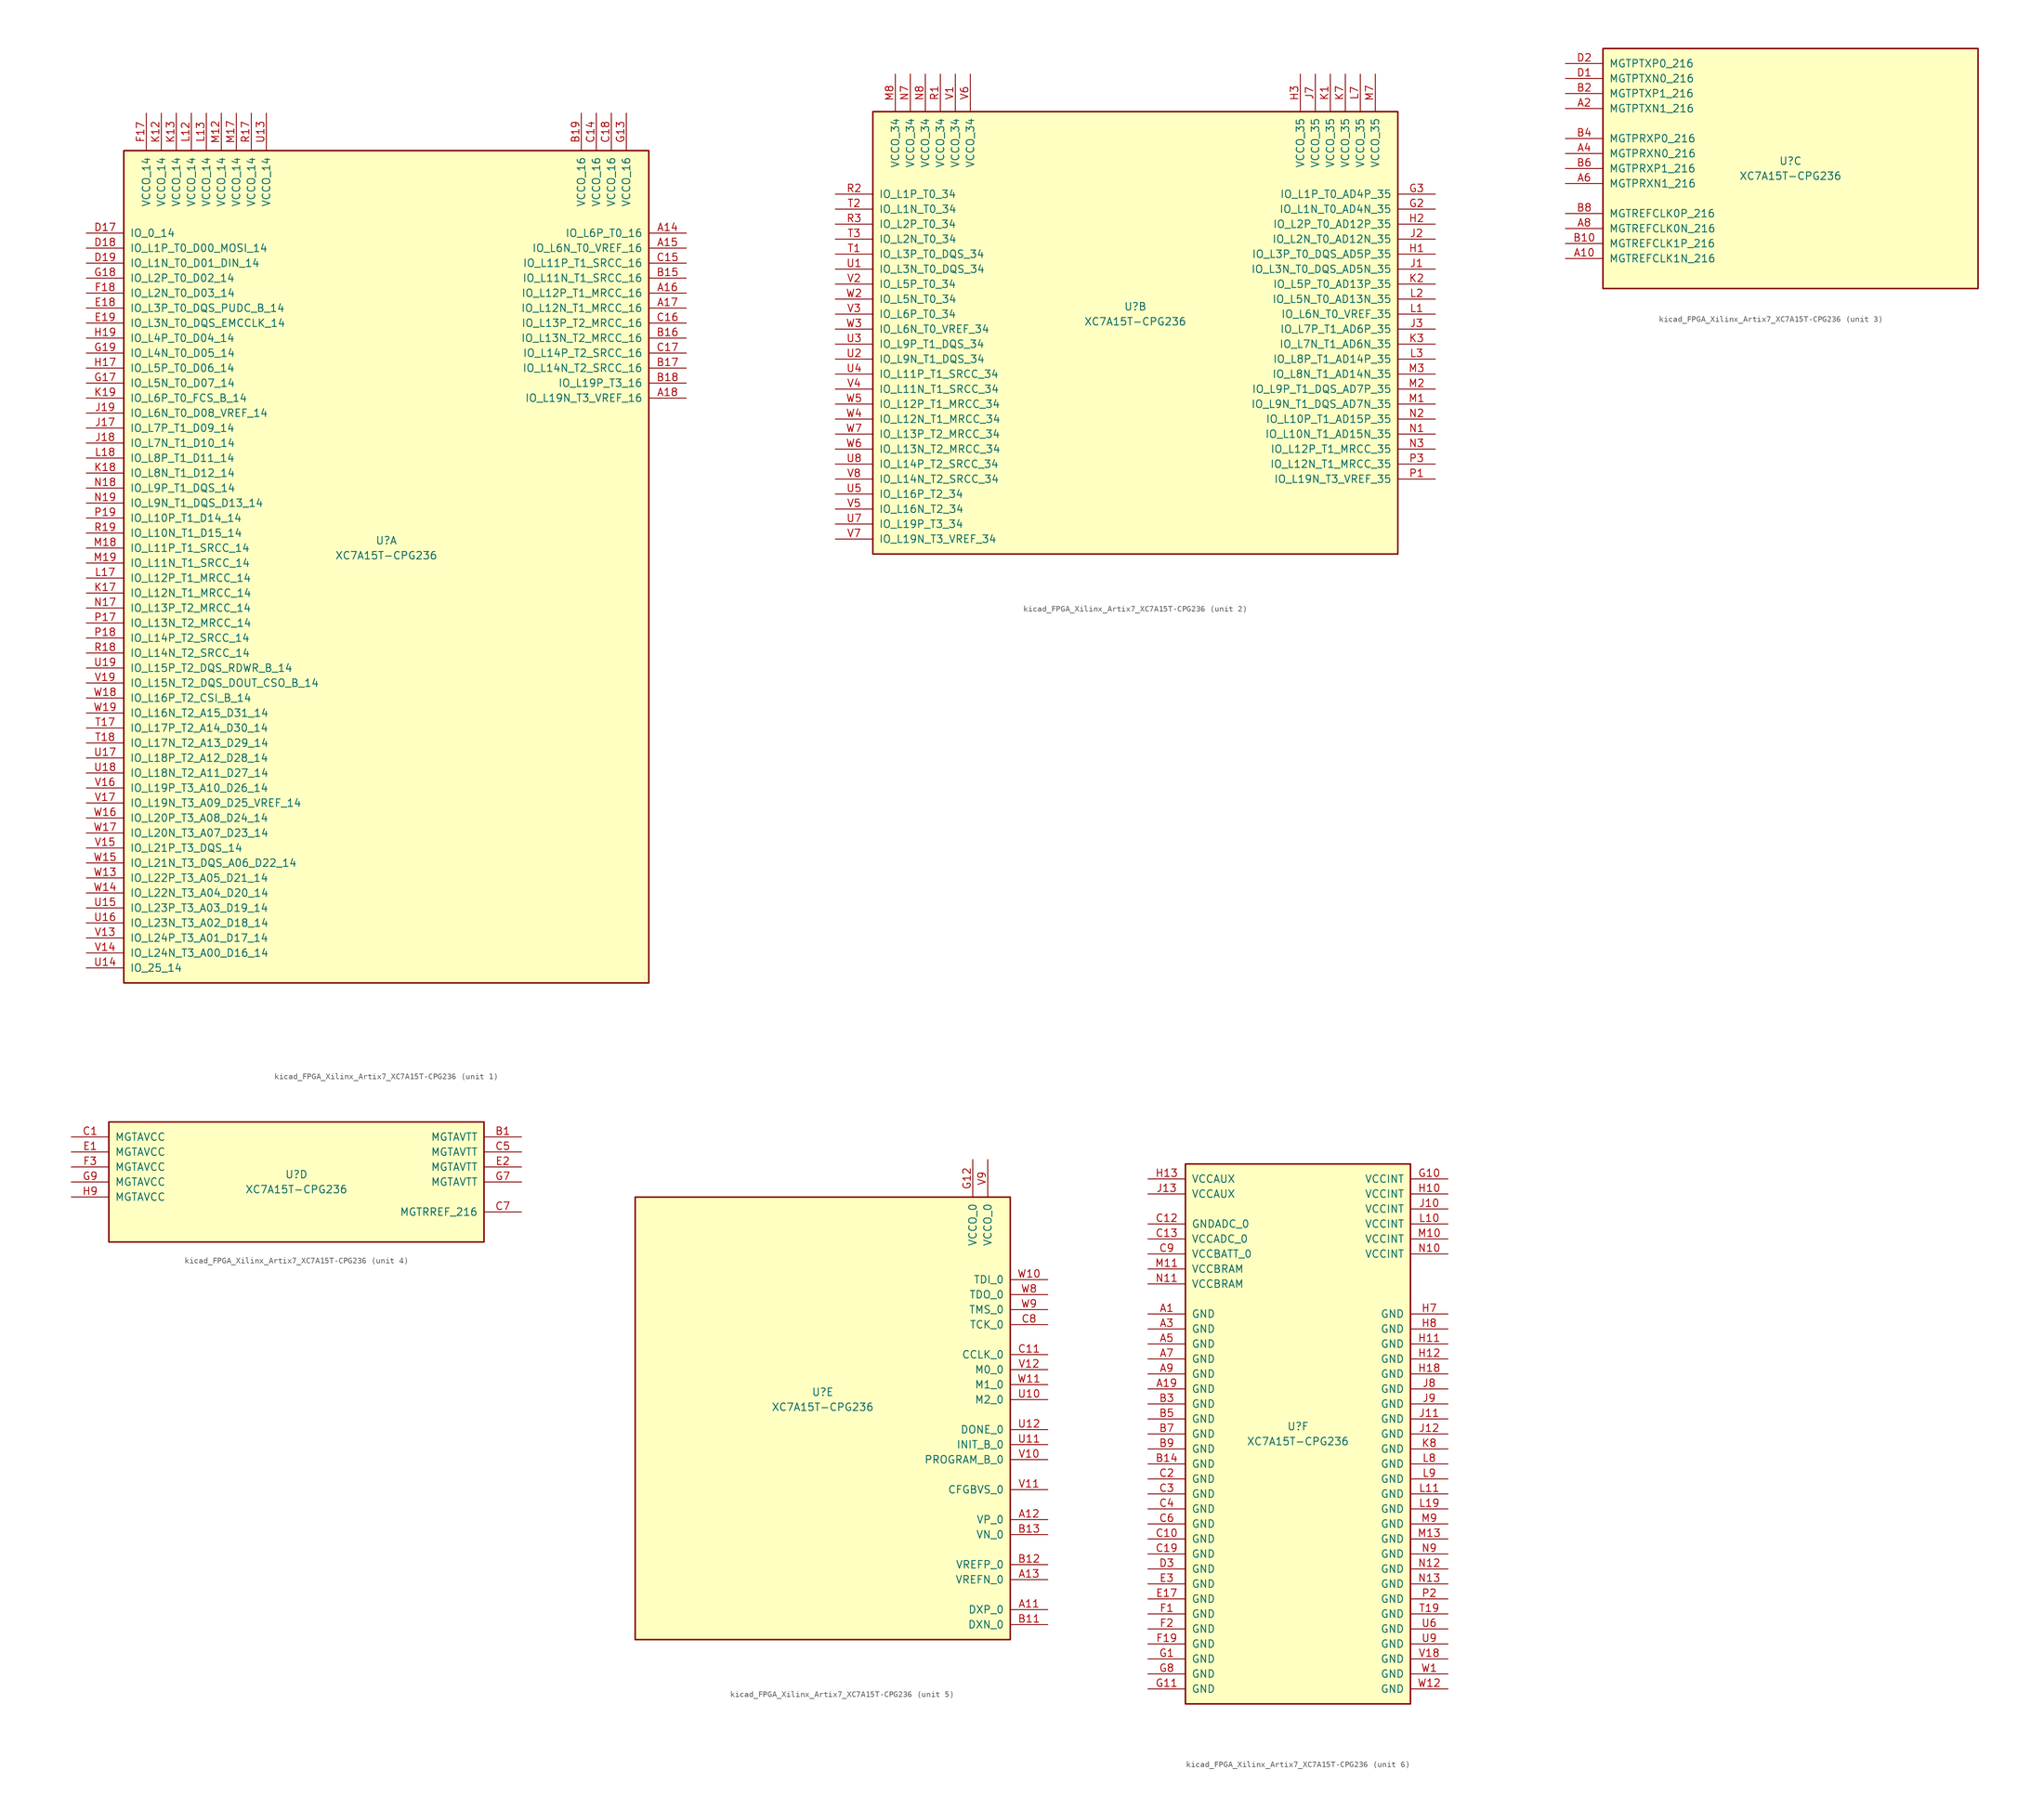
<source format=kicad_sym>
(kicad_symbol_lib
  (version 20220914)
  (generator kicad_symbol_editor)
  (symbol "kicad_FPGA_Xilinx_Artix7_XC7A15T-CPG236"
    (pin_names
      (offset 1.016))
    (property "Reference" "U"
      (at 0 1.27 0)
      (effects (font (size 1.27 1.27))))
    (property "Value" "XC7A15T-CPG236"
      (at 0 -1.27 0)
      (effects (font (size 1.27 1.27))))
    (property "Datasheet" ""
      (at 0 0 0)
      (effects (font (size 1.27 1.27))))
    (property "ki_locked" ""
      (at 0 0 0)
      (effects (font (size 1.27 1.27))))
    (symbol "kicad_FPGA_Xilinx_Artix7_XC7A15T-CPG236_1_1"
      (rectangle (start -44.45 67.31) (end 44.45 -73.66) (stroke (width 0.254) (type default)) (fill (type background)))
      (pin bidirectional line (at 50.8 53.34 180) (length 6.35) (name "IO_L6P_T0_16" (effects (font (size 1.27 1.27)))) (number "A14" (effects (font (size 1.27 1.27)))))
      (pin bidirectional line (at 50.8 50.8 180) (length 6.35) (name "IO_L6N_T0_VREF_16" (effects (font (size 1.27 1.27)))) (number "A15" (effects (font (size 1.27 1.27)))))
      (pin bidirectional line (at 50.8 43.18 180) (length 6.35) (name "IO_L12P_T1_MRCC_16" (effects (font (size 1.27 1.27)))) (number "A16" (effects (font (size 1.27 1.27)))))
      (pin bidirectional line (at 50.8 40.64 180) (length 6.35) (name "IO_L12N_T1_MRCC_16" (effects (font (size 1.27 1.27)))) (number "A17" (effects (font (size 1.27 1.27)))))
      (pin bidirectional line (at 50.8 25.4 180) (length 6.35) (name "IO_L19N_T3_VREF_16" (effects (font (size 1.27 1.27)))) (number "A18" (effects (font (size 1.27 1.27)))))
      (pin bidirectional line (at 50.8 45.72 180) (length 6.35) (name "IO_L11N_T1_SRCC_16" (effects (font (size 1.27 1.27)))) (number "B15" (effects (font (size 1.27 1.27)))))
      (pin bidirectional line (at 50.8 35.56 180) (length 6.35) (name "IO_L13N_T2_MRCC_16" (effects (font (size 1.27 1.27)))) (number "B16" (effects (font (size 1.27 1.27)))))
      (pin bidirectional line (at 50.8 30.48 180) (length 6.35) (name "IO_L14N_T2_SRCC_16" (effects (font (size 1.27 1.27)))) (number "B17" (effects (font (size 1.27 1.27)))))
      (pin bidirectional line (at 50.8 27.94 180) (length 6.35) (name "IO_L19P_T3_16" (effects (font (size 1.27 1.27)))) (number "B18" (effects (font (size 1.27 1.27)))))
      (pin power_in line (at 33.02 73.66 270) (length 6.35) (name "VCCO_16" (effects (font (size 1.27 1.27)))) (number "B19" (effects (font (size 1.27 1.27)))))
      (pin power_in line (at 35.56 73.66 270) (length 6.35) (name "VCCO_16" (effects (font (size 1.27 1.27)))) (number "C14" (effects (font (size 1.27 1.27)))))
      (pin bidirectional line (at 50.8 48.26 180) (length 6.35) (name "IO_L11P_T1_SRCC_16" (effects (font (size 1.27 1.27)))) (number "C15" (effects (font (size 1.27 1.27)))))
      (pin bidirectional line (at 50.8 38.1 180) (length 6.35) (name "IO_L13P_T2_MRCC_16" (effects (font (size 1.27 1.27)))) (number "C16" (effects (font (size 1.27 1.27)))))
      (pin bidirectional line (at 50.8 33.02 180) (length 6.35) (name "IO_L14P_T2_SRCC_16" (effects (font (size 1.27 1.27)))) (number "C17" (effects (font (size 1.27 1.27)))))
      (pin power_in line (at 38.1 73.66 270) (length 6.35) (name "VCCO_16" (effects (font (size 1.27 1.27)))) (number "C18" (effects (font (size 1.27 1.27)))))
      (pin bidirectional line (at -50.8 53.34 0) (length 6.35) (name "IO_0_14" (effects (font (size 1.27 1.27)))) (number "D17" (effects (font (size 1.27 1.27)))))
      (pin bidirectional line (at -50.8 50.8 0) (length 6.35) (name "IO_L1P_T0_D00_MOSI_14" (effects (font (size 1.27 1.27)))) (number "D18" (effects (font (size 1.27 1.27)))))
      (pin bidirectional line (at -50.8 48.26 0) (length 6.35) (name "IO_L1N_T0_D01_DIN_14" (effects (font (size 1.27 1.27)))) (number "D19" (effects (font (size 1.27 1.27)))))
      (pin bidirectional line (at -50.8 40.64 0) (length 6.35) (name "IO_L3P_T0_DQS_PUDC_B_14" (effects (font (size 1.27 1.27)))) (number "E18" (effects (font (size 1.27 1.27)))))
      (pin bidirectional line (at -50.8 38.1 0) (length 6.35) (name "IO_L3N_T0_DQS_EMCCLK_14" (effects (font (size 1.27 1.27)))) (number "E19" (effects (font (size 1.27 1.27)))))
      (pin power_in line (at -40.64 73.66 270) (length 6.35) (name "VCCO_14" (effects (font (size 1.27 1.27)))) (number "F17" (effects (font (size 1.27 1.27)))))
      (pin bidirectional line (at -50.8 43.18 0) (length 6.35) (name "IO_L2N_T0_D03_14" (effects (font (size 1.27 1.27)))) (number "F18" (effects (font (size 1.27 1.27)))))
      (pin power_in line (at 40.64 73.66 270) (length 6.35) (name "VCCO_16" (effects (font (size 1.27 1.27)))) (number "G13" (effects (font (size 1.27 1.27)))))
      (pin bidirectional line (at -50.8 27.94 0) (length 6.35) (name "IO_L5N_T0_D07_14" (effects (font (size 1.27 1.27)))) (number "G17" (effects (font (size 1.27 1.27)))))
      (pin bidirectional line (at -50.8 45.72 0) (length 6.35) (name "IO_L2P_T0_D02_14" (effects (font (size 1.27 1.27)))) (number "G18" (effects (font (size 1.27 1.27)))))
      (pin bidirectional line (at -50.8 33.02 0) (length 6.35) (name "IO_L4N_T0_D05_14" (effects (font (size 1.27 1.27)))) (number "G19" (effects (font (size 1.27 1.27)))))
      (pin bidirectional line (at -50.8 30.48 0) (length 6.35) (name "IO_L5P_T0_D06_14" (effects (font (size 1.27 1.27)))) (number "H17" (effects (font (size 1.27 1.27)))))
      (pin bidirectional line (at -50.8 35.56 0) (length 6.35) (name "IO_L4P_T0_D04_14" (effects (font (size 1.27 1.27)))) (number "H19" (effects (font (size 1.27 1.27)))))
      (pin bidirectional line (at -50.8 20.32 0) (length 6.35) (name "IO_L7P_T1_D09_14" (effects (font (size 1.27 1.27)))) (number "J17" (effects (font (size 1.27 1.27)))))
      (pin bidirectional line (at -50.8 17.78 0) (length 6.35) (name "IO_L7N_T1_D10_14" (effects (font (size 1.27 1.27)))) (number "J18" (effects (font (size 1.27 1.27)))))
      (pin bidirectional line (at -50.8 22.86 0) (length 6.35) (name "IO_L6N_T0_D08_VREF_14" (effects (font (size 1.27 1.27)))) (number "J19" (effects (font (size 1.27 1.27)))))
      (pin power_in line (at -38.1 73.66 270) (length 6.35) (name "VCCO_14" (effects (font (size 1.27 1.27)))) (number "K12" (effects (font (size 1.27 1.27)))))
      (pin power_in line (at -35.56 73.66 270) (length 6.35) (name "VCCO_14" (effects (font (size 1.27 1.27)))) (number "K13" (effects (font (size 1.27 1.27)))))
      (pin bidirectional line (at -50.8 -7.62 0) (length 6.35) (name "IO_L12N_T1_MRCC_14" (effects (font (size 1.27 1.27)))) (number "K17" (effects (font (size 1.27 1.27)))))
      (pin bidirectional line (at -50.8 12.7 0) (length 6.35) (name "IO_L8N_T1_D12_14" (effects (font (size 1.27 1.27)))) (number "K18" (effects (font (size 1.27 1.27)))))
      (pin bidirectional line (at -50.8 25.4 0) (length 6.35) (name "IO_L6P_T0_FCS_B_14" (effects (font (size 1.27 1.27)))) (number "K19" (effects (font (size 1.27 1.27)))))
      (pin power_in line (at -33.02 73.66 270) (length 6.35) (name "VCCO_14" (effects (font (size 1.27 1.27)))) (number "L12" (effects (font (size 1.27 1.27)))))
      (pin power_in line (at -30.48 73.66 270) (length 6.35) (name "VCCO_14" (effects (font (size 1.27 1.27)))) (number "L13" (effects (font (size 1.27 1.27)))))
      (pin bidirectional line (at -50.8 -5.08 0) (length 6.35) (name "IO_L12P_T1_MRCC_14" (effects (font (size 1.27 1.27)))) (number "L17" (effects (font (size 1.27 1.27)))))
      (pin bidirectional line (at -50.8 15.24 0) (length 6.35) (name "IO_L8P_T1_D11_14" (effects (font (size 1.27 1.27)))) (number "L18" (effects (font (size 1.27 1.27)))))
      (pin power_in line (at -27.94 73.66 270) (length 6.35) (name "VCCO_14" (effects (font (size 1.27 1.27)))) (number "M12" (effects (font (size 1.27 1.27)))))
      (pin power_in line (at -25.4 73.66 270) (length 6.35) (name "VCCO_14" (effects (font (size 1.27 1.27)))) (number "M17" (effects (font (size 1.27 1.27)))))
      (pin bidirectional line (at -50.8 0 0) (length 6.35) (name "IO_L11P_T1_SRCC_14" (effects (font (size 1.27 1.27)))) (number "M18" (effects (font (size 1.27 1.27)))))
      (pin bidirectional line (at -50.8 -2.54 0) (length 6.35) (name "IO_L11N_T1_SRCC_14" (effects (font (size 1.27 1.27)))) (number "M19" (effects (font (size 1.27 1.27)))))
      (pin bidirectional line (at -50.8 -10.16 0) (length 6.35) (name "IO_L13P_T2_MRCC_14" (effects (font (size 1.27 1.27)))) (number "N17" (effects (font (size 1.27 1.27)))))
      (pin bidirectional line (at -50.8 10.16 0) (length 6.35) (name "IO_L9P_T1_DQS_14" (effects (font (size 1.27 1.27)))) (number "N18" (effects (font (size 1.27 1.27)))))
      (pin bidirectional line (at -50.8 7.62 0) (length 6.35) (name "IO_L9N_T1_DQS_D13_14" (effects (font (size 1.27 1.27)))) (number "N19" (effects (font (size 1.27 1.27)))))
      (pin bidirectional line (at -50.8 -12.7 0) (length 6.35) (name "IO_L13N_T2_MRCC_14" (effects (font (size 1.27 1.27)))) (number "P17" (effects (font (size 1.27 1.27)))))
      (pin bidirectional line (at -50.8 -15.24 0) (length 6.35) (name "IO_L14P_T2_SRCC_14" (effects (font (size 1.27 1.27)))) (number "P18" (effects (font (size 1.27 1.27)))))
      (pin bidirectional line (at -50.8 5.08 0) (length 6.35) (name "IO_L10P_T1_D14_14" (effects (font (size 1.27 1.27)))) (number "P19" (effects (font (size 1.27 1.27)))))
      (pin power_in line (at -22.86 73.66 270) (length 6.35) (name "VCCO_14" (effects (font (size 1.27 1.27)))) (number "R17" (effects (font (size 1.27 1.27)))))
      (pin bidirectional line (at -50.8 -17.78 0) (length 6.35) (name "IO_L14N_T2_SRCC_14" (effects (font (size 1.27 1.27)))) (number "R18" (effects (font (size 1.27 1.27)))))
      (pin bidirectional line (at -50.8 2.54 0) (length 6.35) (name "IO_L10N_T1_D15_14" (effects (font (size 1.27 1.27)))) (number "R19" (effects (font (size 1.27 1.27)))))
      (pin bidirectional line (at -50.8 -30.48 0) (length 6.35) (name "IO_L17P_T2_A14_D30_14" (effects (font (size 1.27 1.27)))) (number "T17" (effects (font (size 1.27 1.27)))))
      (pin bidirectional line (at -50.8 -33.02 0) (length 6.35) (name "IO_L17N_T2_A13_D29_14" (effects (font (size 1.27 1.27)))) (number "T18" (effects (font (size 1.27 1.27)))))
      (pin power_in line (at -20.32 73.66 270) (length 6.35) (name "VCCO_14" (effects (font (size 1.27 1.27)))) (number "U13" (effects (font (size 1.27 1.27)))))
      (pin bidirectional line (at -50.8 -71.12 0) (length 6.35) (name "IO_25_14" (effects (font (size 1.27 1.27)))) (number "U14" (effects (font (size 1.27 1.27)))))
      (pin bidirectional line (at -50.8 -60.96 0) (length 6.35) (name "IO_L23P_T3_A03_D19_14" (effects (font (size 1.27 1.27)))) (number "U15" (effects (font (size 1.27 1.27)))))
      (pin bidirectional line (at -50.8 -63.5 0) (length 6.35) (name "IO_L23N_T3_A02_D18_14" (effects (font (size 1.27 1.27)))) (number "U16" (effects (font (size 1.27 1.27)))))
      (pin bidirectional line (at -50.8 -35.56 0) (length 6.35) (name "IO_L18P_T2_A12_D28_14" (effects (font (size 1.27 1.27)))) (number "U17" (effects (font (size 1.27 1.27)))))
      (pin bidirectional line (at -50.8 -38.1 0) (length 6.35) (name "IO_L18N_T2_A11_D27_14" (effects (font (size 1.27 1.27)))) (number "U18" (effects (font (size 1.27 1.27)))))
      (pin bidirectional line (at -50.8 -20.32 0) (length 6.35) (name "IO_L15P_T2_DQS_RDWR_B_14" (effects (font (size 1.27 1.27)))) (number "U19" (effects (font (size 1.27 1.27)))))
      (pin bidirectional line (at -50.8 -66.04 0) (length 6.35) (name "IO_L24P_T3_A01_D17_14" (effects (font (size 1.27 1.27)))) (number "V13" (effects (font (size 1.27 1.27)))))
      (pin bidirectional line (at -50.8 -68.58 0) (length 6.35) (name "IO_L24N_T3_A00_D16_14" (effects (font (size 1.27 1.27)))) (number "V14" (effects (font (size 1.27 1.27)))))
      (pin bidirectional line (at -50.8 -50.8 0) (length 6.35) (name "IO_L21P_T3_DQS_14" (effects (font (size 1.27 1.27)))) (number "V15" (effects (font (size 1.27 1.27)))))
      (pin bidirectional line (at -50.8 -40.64 0) (length 6.35) (name "IO_L19P_T3_A10_D26_14" (effects (font (size 1.27 1.27)))) (number "V16" (effects (font (size 1.27 1.27)))))
      (pin bidirectional line (at -50.8 -43.18 0) (length 6.35) (name "IO_L19N_T3_A09_D25_VREF_14" (effects (font (size 1.27 1.27)))) (number "V17" (effects (font (size 1.27 1.27)))))
      (pin bidirectional line (at -50.8 -22.86 0) (length 6.35) (name "IO_L15N_T2_DQS_DOUT_CSO_B_14" (effects (font (size 1.27 1.27)))) (number "V19" (effects (font (size 1.27 1.27)))))
      (pin bidirectional line (at -50.8 -55.88 0) (length 6.35) (name "IO_L22P_T3_A05_D21_14" (effects (font (size 1.27 1.27)))) (number "W13" (effects (font (size 1.27 1.27)))))
      (pin bidirectional line (at -50.8 -58.42 0) (length 6.35) (name "IO_L22N_T3_A04_D20_14" (effects (font (size 1.27 1.27)))) (number "W14" (effects (font (size 1.27 1.27)))))
      (pin bidirectional line (at -50.8 -53.34 0) (length 6.35) (name "IO_L21N_T3_DQS_A06_D22_14" (effects (font (size 1.27 1.27)))) (number "W15" (effects (font (size 1.27 1.27)))))
      (pin bidirectional line (at -50.8 -45.72 0) (length 6.35) (name "IO_L20P_T3_A08_D24_14" (effects (font (size 1.27 1.27)))) (number "W16" (effects (font (size 1.27 1.27)))))
      (pin bidirectional line (at -50.8 -48.26 0) (length 6.35) (name "IO_L20N_T3_A07_D23_14" (effects (font (size 1.27 1.27)))) (number "W17" (effects (font (size 1.27 1.27)))))
      (pin bidirectional line (at -50.8 -25.4 0) (length 6.35) (name "IO_L16P_T2_CSI_B_14" (effects (font (size 1.27 1.27)))) (number "W18" (effects (font (size 1.27 1.27)))))
      (pin bidirectional line (at -50.8 -27.94 0) (length 6.35) (name "IO_L16N_T2_A15_D31_14" (effects (font (size 1.27 1.27)))) (number "W19" (effects (font (size 1.27 1.27))))))
    (symbol "kicad_FPGA_Xilinx_Artix7_XC7A15T-CPG236_2_1"
      (rectangle (start -44.45 34.29) (end 44.45 -40.64) (stroke (width 0.254) (type default)) (fill (type background)))
      (pin bidirectional line (at 50.8 17.78 180) (length 6.35) (name "IO_L1N_T0_AD4N_35" (effects (font (size 1.27 1.27)))) (number "G2" (effects (font (size 1.27 1.27)))))
      (pin bidirectional line (at 50.8 20.32 180) (length 6.35) (name "IO_L1P_T0_AD4P_35" (effects (font (size 1.27 1.27)))) (number "G3" (effects (font (size 1.27 1.27)))))
      (pin bidirectional line (at 50.8 10.16 180) (length 6.35) (name "IO_L3P_T0_DQS_AD5P_35" (effects (font (size 1.27 1.27)))) (number "H1" (effects (font (size 1.27 1.27)))))
      (pin bidirectional line (at 50.8 15.24 180) (length 6.35) (name "IO_L2P_T0_AD12P_35" (effects (font (size 1.27 1.27)))) (number "H2" (effects (font (size 1.27 1.27)))))
      (pin power_in line (at 27.94 40.64 270) (length 6.35) (name "VCCO_35" (effects (font (size 1.27 1.27)))) (number "H3" (effects (font (size 1.27 1.27)))))
      (pin bidirectional line (at 50.8 7.62 180) (length 6.35) (name "IO_L3N_T0_DQS_AD5N_35" (effects (font (size 1.27 1.27)))) (number "J1" (effects (font (size 1.27 1.27)))))
      (pin bidirectional line (at 50.8 12.7 180) (length 6.35) (name "IO_L2N_T0_AD12N_35" (effects (font (size 1.27 1.27)))) (number "J2" (effects (font (size 1.27 1.27)))))
      (pin bidirectional line (at 50.8 -2.54 180) (length 6.35) (name "IO_L7P_T1_AD6P_35" (effects (font (size 1.27 1.27)))) (number "J3" (effects (font (size 1.27 1.27)))))
      (pin power_in line (at 30.48 40.64 270) (length 6.35) (name "VCCO_35" (effects (font (size 1.27 1.27)))) (number "J7" (effects (font (size 1.27 1.27)))))
      (pin power_in line (at 33.02 40.64 270) (length 6.35) (name "VCCO_35" (effects (font (size 1.27 1.27)))) (number "K1" (effects (font (size 1.27 1.27)))))
      (pin bidirectional line (at 50.8 5.08 180) (length 6.35) (name "IO_L5P_T0_AD13P_35" (effects (font (size 1.27 1.27)))) (number "K2" (effects (font (size 1.27 1.27)))))
      (pin bidirectional line (at 50.8 -5.08 180) (length 6.35) (name "IO_L7N_T1_AD6N_35" (effects (font (size 1.27 1.27)))) (number "K3" (effects (font (size 1.27 1.27)))))
      (pin power_in line (at 35.56 40.64 270) (length 6.35) (name "VCCO_35" (effects (font (size 1.27 1.27)))) (number "K7" (effects (font (size 1.27 1.27)))))
      (pin bidirectional line (at 50.8 0 180) (length 6.35) (name "IO_L6N_T0_VREF_35" (effects (font (size 1.27 1.27)))) (number "L1" (effects (font (size 1.27 1.27)))))
      (pin bidirectional line (at 50.8 2.54 180) (length 6.35) (name "IO_L5N_T0_AD13N_35" (effects (font (size 1.27 1.27)))) (number "L2" (effects (font (size 1.27 1.27)))))
      (pin bidirectional line (at 50.8 -7.62 180) (length 6.35) (name "IO_L8P_T1_AD14P_35" (effects (font (size 1.27 1.27)))) (number "L3" (effects (font (size 1.27 1.27)))))
      (pin power_in line (at 38.1 40.64 270) (length 6.35) (name "VCCO_35" (effects (font (size 1.27 1.27)))) (number "L7" (effects (font (size 1.27 1.27)))))
      (pin bidirectional line (at 50.8 -15.24 180) (length 6.35) (name "IO_L9N_T1_DQS_AD7N_35" (effects (font (size 1.27 1.27)))) (number "M1" (effects (font (size 1.27 1.27)))))
      (pin bidirectional line (at 50.8 -12.7 180) (length 6.35) (name "IO_L9P_T1_DQS_AD7P_35" (effects (font (size 1.27 1.27)))) (number "M2" (effects (font (size 1.27 1.27)))))
      (pin bidirectional line (at 50.8 -10.16 180) (length 6.35) (name "IO_L8N_T1_AD14N_35" (effects (font (size 1.27 1.27)))) (number "M3" (effects (font (size 1.27 1.27)))))
      (pin power_in line (at 40.64 40.64 270) (length 6.35) (name "VCCO_35" (effects (font (size 1.27 1.27)))) (number "M7" (effects (font (size 1.27 1.27)))))
      (pin power_in line (at -40.64 40.64 270) (length 6.35) (name "VCCO_34" (effects (font (size 1.27 1.27)))) (number "M8" (effects (font (size 1.27 1.27)))))
      (pin bidirectional line (at 50.8 -20.32 180) (length 6.35) (name "IO_L10N_T1_AD15N_35" (effects (font (size 1.27 1.27)))) (number "N1" (effects (font (size 1.27 1.27)))))
      (pin bidirectional line (at 50.8 -17.78 180) (length 6.35) (name "IO_L10P_T1_AD15P_35" (effects (font (size 1.27 1.27)))) (number "N2" (effects (font (size 1.27 1.27)))))
      (pin bidirectional line (at 50.8 -22.86 180) (length 6.35) (name "IO_L12P_T1_MRCC_35" (effects (font (size 1.27 1.27)))) (number "N3" (effects (font (size 1.27 1.27)))))
      (pin power_in line (at -38.1 40.64 270) (length 6.35) (name "VCCO_34" (effects (font (size 1.27 1.27)))) (number "N7" (effects (font (size 1.27 1.27)))))
      (pin power_in line (at -35.56 40.64 270) (length 6.35) (name "VCCO_34" (effects (font (size 1.27 1.27)))) (number "N8" (effects (font (size 1.27 1.27)))))
      (pin bidirectional line (at 50.8 -27.94 180) (length 6.35) (name "IO_L19N_T3_VREF_35" (effects (font (size 1.27 1.27)))) (number "P1" (effects (font (size 1.27 1.27)))))
      (pin bidirectional line (at 50.8 -25.4 180) (length 6.35) (name "IO_L12N_T1_MRCC_35" (effects (font (size 1.27 1.27)))) (number "P3" (effects (font (size 1.27 1.27)))))
      (pin power_in line (at -33.02 40.64 270) (length 6.35) (name "VCCO_34" (effects (font (size 1.27 1.27)))) (number "R1" (effects (font (size 1.27 1.27)))))
      (pin bidirectional line (at -50.8 20.32 0) (length 6.35) (name "IO_L1P_T0_34" (effects (font (size 1.27 1.27)))) (number "R2" (effects (font (size 1.27 1.27)))))
      (pin bidirectional line (at -50.8 15.24 0) (length 6.35) (name "IO_L2P_T0_34" (effects (font (size 1.27 1.27)))) (number "R3" (effects (font (size 1.27 1.27)))))
      (pin bidirectional line (at -50.8 10.16 0) (length 6.35) (name "IO_L3P_T0_DQS_34" (effects (font (size 1.27 1.27)))) (number "T1" (effects (font (size 1.27 1.27)))))
      (pin bidirectional line (at -50.8 17.78 0) (length 6.35) (name "IO_L1N_T0_34" (effects (font (size 1.27 1.27)))) (number "T2" (effects (font (size 1.27 1.27)))))
      (pin bidirectional line (at -50.8 12.7 0) (length 6.35) (name "IO_L2N_T0_34" (effects (font (size 1.27 1.27)))) (number "T3" (effects (font (size 1.27 1.27)))))
      (pin bidirectional line (at -50.8 7.62 0) (length 6.35) (name "IO_L3N_T0_DQS_34" (effects (font (size 1.27 1.27)))) (number "U1" (effects (font (size 1.27 1.27)))))
      (pin bidirectional line (at -50.8 -7.62 0) (length 6.35) (name "IO_L9N_T1_DQS_34" (effects (font (size 1.27 1.27)))) (number "U2" (effects (font (size 1.27 1.27)))))
      (pin bidirectional line (at -50.8 -5.08 0) (length 6.35) (name "IO_L9P_T1_DQS_34" (effects (font (size 1.27 1.27)))) (number "U3" (effects (font (size 1.27 1.27)))))
      (pin bidirectional line (at -50.8 -10.16 0) (length 6.35) (name "IO_L11P_T1_SRCC_34" (effects (font (size 1.27 1.27)))) (number "U4" (effects (font (size 1.27 1.27)))))
      (pin bidirectional line (at -50.8 -30.48 0) (length 6.35) (name "IO_L16P_T2_34" (effects (font (size 1.27 1.27)))) (number "U5" (effects (font (size 1.27 1.27)))))
      (pin bidirectional line (at -50.8 -35.56 0) (length 6.35) (name "IO_L19P_T3_34" (effects (font (size 1.27 1.27)))) (number "U7" (effects (font (size 1.27 1.27)))))
      (pin bidirectional line (at -50.8 -25.4 0) (length 6.35) (name "IO_L14P_T2_SRCC_34" (effects (font (size 1.27 1.27)))) (number "U8" (effects (font (size 1.27 1.27)))))
      (pin power_in line (at -30.48 40.64 270) (length 6.35) (name "VCCO_34" (effects (font (size 1.27 1.27)))) (number "V1" (effects (font (size 1.27 1.27)))))
      (pin bidirectional line (at -50.8 5.08 0) (length 6.35) (name "IO_L5P_T0_34" (effects (font (size 1.27 1.27)))) (number "V2" (effects (font (size 1.27 1.27)))))
      (pin bidirectional line (at -50.8 0 0) (length 6.35) (name "IO_L6P_T0_34" (effects (font (size 1.27 1.27)))) (number "V3" (effects (font (size 1.27 1.27)))))
      (pin bidirectional line (at -50.8 -12.7 0) (length 6.35) (name "IO_L11N_T1_SRCC_34" (effects (font (size 1.27 1.27)))) (number "V4" (effects (font (size 1.27 1.27)))))
      (pin bidirectional line (at -50.8 -33.02 0) (length 6.35) (name "IO_L16N_T2_34" (effects (font (size 1.27 1.27)))) (number "V5" (effects (font (size 1.27 1.27)))))
      (pin power_in line (at -27.94 40.64 270) (length 6.35) (name "VCCO_34" (effects (font (size 1.27 1.27)))) (number "V6" (effects (font (size 1.27 1.27)))))
      (pin bidirectional line (at -50.8 -38.1 0) (length 6.35) (name "IO_L19N_T3_VREF_34" (effects (font (size 1.27 1.27)))) (number "V7" (effects (font (size 1.27 1.27)))))
      (pin bidirectional line (at -50.8 -27.94 0) (length 6.35) (name "IO_L14N_T2_SRCC_34" (effects (font (size 1.27 1.27)))) (number "V8" (effects (font (size 1.27 1.27)))))
      (pin bidirectional line (at -50.8 2.54 0) (length 6.35) (name "IO_L5N_T0_34" (effects (font (size 1.27 1.27)))) (number "W2" (effects (font (size 1.27 1.27)))))
      (pin bidirectional line (at -50.8 -2.54 0) (length 6.35) (name "IO_L6N_T0_VREF_34" (effects (font (size 1.27 1.27)))) (number "W3" (effects (font (size 1.27 1.27)))))
      (pin bidirectional line (at -50.8 -17.78 0) (length 6.35) (name "IO_L12N_T1_MRCC_34" (effects (font (size 1.27 1.27)))) (number "W4" (effects (font (size 1.27 1.27)))))
      (pin bidirectional line (at -50.8 -15.24 0) (length 6.35) (name "IO_L12P_T1_MRCC_34" (effects (font (size 1.27 1.27)))) (number "W5" (effects (font (size 1.27 1.27)))))
      (pin bidirectional line (at -50.8 -22.86 0) (length 6.35) (name "IO_L13N_T2_MRCC_34" (effects (font (size 1.27 1.27)))) (number "W6" (effects (font (size 1.27 1.27)))))
      (pin bidirectional line (at -50.8 -20.32 0) (length 6.35) (name "IO_L13P_T2_MRCC_34" (effects (font (size 1.27 1.27)))) (number "W7" (effects (font (size 1.27 1.27))))))
    (symbol "kicad_FPGA_Xilinx_Artix7_XC7A15T-CPG236_3_1"
      (rectangle (start -31.75 20.32) (end 31.75 -20.32) (stroke (width 0.254) (type default)) (fill (type background)))
      (pin bidirectional line (at -38.1 -15.24 0) (length 6.35) (name "MGTREFCLK1N_216" (effects (font (size 1.27 1.27)))) (number "A10" (effects (font (size 1.27 1.27)))))
      (pin bidirectional line (at -38.1 10.16 0) (length 6.35) (name "MGTPTXN1_216" (effects (font (size 1.27 1.27)))) (number "A2" (effects (font (size 1.27 1.27)))))
      (pin bidirectional line (at -38.1 2.54 0) (length 6.35) (name "MGTPRXN0_216" (effects (font (size 1.27 1.27)))) (number "A4" (effects (font (size 1.27 1.27)))))
      (pin bidirectional line (at -38.1 -2.54 0) (length 6.35) (name "MGTPRXN1_216" (effects (font (size 1.27 1.27)))) (number "A6" (effects (font (size 1.27 1.27)))))
      (pin bidirectional line (at -38.1 -10.16 0) (length 6.35) (name "MGTREFCLK0N_216" (effects (font (size 1.27 1.27)))) (number "A8" (effects (font (size 1.27 1.27)))))
      (pin bidirectional line (at -38.1 -12.7 0) (length 6.35) (name "MGTREFCLK1P_216" (effects (font (size 1.27 1.27)))) (number "B10" (effects (font (size 1.27 1.27)))))
      (pin bidirectional line (at -38.1 12.7 0) (length 6.35) (name "MGTPTXP1_216" (effects (font (size 1.27 1.27)))) (number "B2" (effects (font (size 1.27 1.27)))))
      (pin bidirectional line (at -38.1 5.08 0) (length 6.35) (name "MGTPRXP0_216" (effects (font (size 1.27 1.27)))) (number "B4" (effects (font (size 1.27 1.27)))))
      (pin bidirectional line (at -38.1 0 0) (length 6.35) (name "MGTPRXP1_216" (effects (font (size 1.27 1.27)))) (number "B6" (effects (font (size 1.27 1.27)))))
      (pin bidirectional line (at -38.1 -7.62 0) (length 6.35) (name "MGTREFCLK0P_216" (effects (font (size 1.27 1.27)))) (number "B8" (effects (font (size 1.27 1.27)))))
      (pin bidirectional line (at -38.1 15.24 0) (length 6.35) (name "MGTPTXN0_216" (effects (font (size 1.27 1.27)))) (number "D1" (effects (font (size 1.27 1.27)))))
      (pin bidirectional line (at -38.1 17.78 0) (length 6.35) (name "MGTPTXP0_216" (effects (font (size 1.27 1.27)))) (number "D2" (effects (font (size 1.27 1.27))))))
    (symbol "kicad_FPGA_Xilinx_Artix7_XC7A15T-CPG236_4_1"
      (rectangle (start -31.75 10.16) (end 31.75 -10.16) (stroke (width 0.254) (type default)) (fill (type background)))
      (pin power_in line (at 38.1 7.62 180) (length 6.35) (name "MGTAVTT" (effects (font (size 1.27 1.27)))) (number "B1" (effects (font (size 1.27 1.27)))))
      (pin power_in line (at -38.1 7.62 0) (length 6.35) (name "MGTAVCC" (effects (font (size 1.27 1.27)))) (number "C1" (effects (font (size 1.27 1.27)))))
      (pin power_in line (at 38.1 5.08 180) (length 6.35) (name "MGTAVTT" (effects (font (size 1.27 1.27)))) (number "C5" (effects (font (size 1.27 1.27)))))
      (pin power_in line (at 38.1 -5.08 180) (length 6.35) (name "MGTRREF_216" (effects (font (size 1.27 1.27)))) (number "C7" (effects (font (size 1.27 1.27)))))
      (pin power_in line (at -38.1 5.08 0) (length 6.35) (name "MGTAVCC" (effects (font (size 1.27 1.27)))) (number "E1" (effects (font (size 1.27 1.27)))))
      (pin power_in line (at 38.1 2.54 180) (length 6.35) (name "MGTAVTT" (effects (font (size 1.27 1.27)))) (number "E2" (effects (font (size 1.27 1.27)))))
      (pin power_in line (at -38.1 2.54 0) (length 6.35) (name "MGTAVCC" (effects (font (size 1.27 1.27)))) (number "F3" (effects (font (size 1.27 1.27)))))
      (pin power_in line (at 38.1 0 180) (length 6.35) (name "MGTAVTT" (effects (font (size 1.27 1.27)))) (number "G7" (effects (font (size 1.27 1.27)))))
      (pin power_in line (at -38.1 0 0) (length 6.35) (name "MGTAVCC" (effects (font (size 1.27 1.27)))) (number "G9" (effects (font (size 1.27 1.27)))))
      (pin power_in line (at -38.1 -2.54 0) (length 6.35) (name "MGTAVCC" (effects (font (size 1.27 1.27)))) (number "H9" (effects (font (size 1.27 1.27))))))
    (symbol "kicad_FPGA_Xilinx_Artix7_XC7A15T-CPG236_5_1"
      (rectangle (start -31.75 34.29) (end 31.75 -40.64) (stroke (width 0.254) (type default)) (fill (type background)))
      (pin bidirectional line (at 38.1 -35.56 180) (length 6.35) (name "DXP_0" (effects (font (size 1.27 1.27)))) (number "A11" (effects (font (size 1.27 1.27)))))
      (pin bidirectional line (at 38.1 -20.32 180) (length 6.35) (name "VP_0" (effects (font (size 1.27 1.27)))) (number "A12" (effects (font (size 1.27 1.27)))))
      (pin bidirectional line (at 38.1 -30.48 180) (length 6.35) (name "VREFN_0" (effects (font (size 1.27 1.27)))) (number "A13" (effects (font (size 1.27 1.27)))))
      (pin bidirectional line (at 38.1 -38.1 180) (length 6.35) (name "DXN_0" (effects (font (size 1.27 1.27)))) (number "B11" (effects (font (size 1.27 1.27)))))
      (pin bidirectional line (at 38.1 -27.94 180) (length 6.35) (name "VREFP_0" (effects (font (size 1.27 1.27)))) (number "B12" (effects (font (size 1.27 1.27)))))
      (pin bidirectional line (at 38.1 -22.86 180) (length 6.35) (name "VN_0" (effects (font (size 1.27 1.27)))) (number "B13" (effects (font (size 1.27 1.27)))))
      (pin bidirectional line (at 38.1 7.62 180) (length 6.35) (name "CCLK_0" (effects (font (size 1.27 1.27)))) (number "C11" (effects (font (size 1.27 1.27)))))
      (pin bidirectional line (at 38.1 12.7 180) (length 6.35) (name "TCK_0" (effects (font (size 1.27 1.27)))) (number "C8" (effects (font (size 1.27 1.27)))))
      (pin power_in line (at 25.4 40.64 270) (length 6.35) (name "VCCO_0" (effects (font (size 1.27 1.27)))) (number "G12" (effects (font (size 1.27 1.27)))))
      (pin bidirectional line (at 38.1 0 180) (length 6.35) (name "M2_0" (effects (font (size 1.27 1.27)))) (number "U10" (effects (font (size 1.27 1.27)))))
      (pin bidirectional line (at 38.1 -7.62 180) (length 6.35) (name "INIT_B_0" (effects (font (size 1.27 1.27)))) (number "U11" (effects (font (size 1.27 1.27)))))
      (pin bidirectional line (at 38.1 -5.08 180) (length 6.35) (name "DONE_0" (effects (font (size 1.27 1.27)))) (number "U12" (effects (font (size 1.27 1.27)))))
      (pin bidirectional line (at 38.1 -10.16 180) (length 6.35) (name "PROGRAM_B_0" (effects (font (size 1.27 1.27)))) (number "V10" (effects (font (size 1.27 1.27)))))
      (pin bidirectional line (at 38.1 -15.24 180) (length 6.35) (name "CFGBVS_0" (effects (font (size 1.27 1.27)))) (number "V11" (effects (font (size 1.27 1.27)))))
      (pin bidirectional line (at 38.1 5.08 180) (length 6.35) (name "M0_0" (effects (font (size 1.27 1.27)))) (number "V12" (effects (font (size 1.27 1.27)))))
      (pin power_in line (at 27.94 40.64 270) (length 6.35) (name "VCCO_0" (effects (font (size 1.27 1.27)))) (number "V9" (effects (font (size 1.27 1.27)))))
      (pin bidirectional line (at 38.1 20.32 180) (length 6.35) (name "TDI_0" (effects (font (size 1.27 1.27)))) (number "W10" (effects (font (size 1.27 1.27)))))
      (pin bidirectional line (at 38.1 2.54 180) (length 6.35) (name "M1_0" (effects (font (size 1.27 1.27)))) (number "W11" (effects (font (size 1.27 1.27)))))
      (pin bidirectional line (at 38.1 17.78 180) (length 6.35) (name "TDO_0" (effects (font (size 1.27 1.27)))) (number "W8" (effects (font (size 1.27 1.27)))))
      (pin bidirectional line (at 38.1 15.24 180) (length 6.35) (name "TMS_0" (effects (font (size 1.27 1.27)))) (number "W9" (effects (font (size 1.27 1.27))))))
    (symbol "kicad_FPGA_Xilinx_Artix7_XC7A15T-CPG236_6_1"
      (rectangle (start -19.05 45.72) (end 19.05 -45.72) (stroke (width 0.254) (type default)) (fill (type background)))
      (pin power_in line (at -25.4 20.32 0) (length 6.35) (name "GND" (effects (font (size 1.27 1.27)))) (number "A1" (effects (font (size 1.27 1.27)))))
      (pin power_in line (at -25.4 7.62 0) (length 6.35) (name "GND" (effects (font (size 1.27 1.27)))) (number "A19" (effects (font (size 1.27 1.27)))))
      (pin power_in line (at -25.4 17.78 0) (length 6.35) (name "GND" (effects (font (size 1.27 1.27)))) (number "A3" (effects (font (size 1.27 1.27)))))
      (pin power_in line (at -25.4 15.24 0) (length 6.35) (name "GND" (effects (font (size 1.27 1.27)))) (number "A5" (effects (font (size 1.27 1.27)))))
      (pin power_in line (at -25.4 12.7 0) (length 6.35) (name "GND" (effects (font (size 1.27 1.27)))) (number "A7" (effects (font (size 1.27 1.27)))))
      (pin power_in line (at -25.4 10.16 0) (length 6.35) (name "GND" (effects (font (size 1.27 1.27)))) (number "A9" (effects (font (size 1.27 1.27)))))
      (pin power_in line (at -25.4 -5.08 0) (length 6.35) (name "GND" (effects (font (size 1.27 1.27)))) (number "B14" (effects (font (size 1.27 1.27)))))
      (pin power_in line (at -25.4 5.08 0) (length 6.35) (name "GND" (effects (font (size 1.27 1.27)))) (number "B3" (effects (font (size 1.27 1.27)))))
      (pin power_in line (at -25.4 2.54 0) (length 6.35) (name "GND" (effects (font (size 1.27 1.27)))) (number "B5" (effects (font (size 1.27 1.27)))))
      (pin power_in line (at -25.4 0 0) (length 6.35) (name "GND" (effects (font (size 1.27 1.27)))) (number "B7" (effects (font (size 1.27 1.27)))))
      (pin power_in line (at -25.4 -2.54 0) (length 6.35) (name "GND" (effects (font (size 1.27 1.27)))) (number "B9" (effects (font (size 1.27 1.27)))))
      (pin power_in line (at -25.4 -17.78 0) (length 6.35) (name "GND" (effects (font (size 1.27 1.27)))) (number "C10" (effects (font (size 1.27 1.27)))))
      (pin power_in line (at -25.4 35.56 0) (length 6.35) (name "GNDADC_0" (effects (font (size 1.27 1.27)))) (number "C12" (effects (font (size 1.27 1.27)))))
      (pin power_in line (at -25.4 33.02 0) (length 6.35) (name "VCCADC_0" (effects (font (size 1.27 1.27)))) (number "C13" (effects (font (size 1.27 1.27)))))
      (pin power_in line (at -25.4 -20.32 0) (length 6.35) (name "GND" (effects (font (size 1.27 1.27)))) (number "C19" (effects (font (size 1.27 1.27)))))
      (pin power_in line (at -25.4 -7.62 0) (length 6.35) (name "GND" (effects (font (size 1.27 1.27)))) (number "C2" (effects (font (size 1.27 1.27)))))
      (pin power_in line (at -25.4 -10.16 0) (length 6.35) (name "GND" (effects (font (size 1.27 1.27)))) (number "C3" (effects (font (size 1.27 1.27)))))
      (pin power_in line (at -25.4 -12.7 0) (length 6.35) (name "GND" (effects (font (size 1.27 1.27)))) (number "C4" (effects (font (size 1.27 1.27)))))
      (pin power_in line (at -25.4 -15.24 0) (length 6.35) (name "GND" (effects (font (size 1.27 1.27)))) (number "C6" (effects (font (size 1.27 1.27)))))
      (pin power_in line (at -25.4 30.48 0) (length 6.35) (name "VCCBATT_0" (effects (font (size 1.27 1.27)))) (number "C9" (effects (font (size 1.27 1.27)))))
      (pin power_in line (at -25.4 -22.86 0) (length 6.35) (name "GND" (effects (font (size 1.27 1.27)))) (number "D3" (effects (font (size 1.27 1.27)))))
      (pin power_in line (at -25.4 -27.94 0) (length 6.35) (name "GND" (effects (font (size 1.27 1.27)))) (number "E17" (effects (font (size 1.27 1.27)))))
      (pin power_in line (at -25.4 -25.4 0) (length 6.35) (name "GND" (effects (font (size 1.27 1.27)))) (number "E3" (effects (font (size 1.27 1.27)))))
      (pin power_in line (at -25.4 -30.48 0) (length 6.35) (name "GND" (effects (font (size 1.27 1.27)))) (number "F1" (effects (font (size 1.27 1.27)))))
      (pin power_in line (at -25.4 -35.56 0) (length 6.35) (name "GND" (effects (font (size 1.27 1.27)))) (number "F19" (effects (font (size 1.27 1.27)))))
      (pin power_in line (at -25.4 -33.02 0) (length 6.35) (name "GND" (effects (font (size 1.27 1.27)))) (number "F2" (effects (font (size 1.27 1.27)))))
      (pin power_in line (at -25.4 -38.1 0) (length 6.35) (name "GND" (effects (font (size 1.27 1.27)))) (number "G1" (effects (font (size 1.27 1.27)))))
      (pin power_in line (at 25.4 43.18 180) (length 6.35) (name "VCCINT" (effects (font (size 1.27 1.27)))) (number "G10" (effects (font (size 1.27 1.27)))))
      (pin power_in line (at -25.4 -43.18 0) (length 6.35) (name "GND" (effects (font (size 1.27 1.27)))) (number "G11" (effects (font (size 1.27 1.27)))))
      (pin power_in line (at -25.4 -40.64 0) (length 6.35) (name "GND" (effects (font (size 1.27 1.27)))) (number "G8" (effects (font (size 1.27 1.27)))))
      (pin power_in line (at 25.4 40.64 180) (length 6.35) (name "VCCINT" (effects (font (size 1.27 1.27)))) (number "H10" (effects (font (size 1.27 1.27)))))
      (pin power_in line (at 25.4 15.24 180) (length 6.35) (name "GND" (effects (font (size 1.27 1.27)))) (number "H11" (effects (font (size 1.27 1.27)))))
      (pin power_in line (at 25.4 12.7 180) (length 6.35) (name "GND" (effects (font (size 1.27 1.27)))) (number "H12" (effects (font (size 1.27 1.27)))))
      (pin power_in line (at -25.4 43.18 0) (length 6.35) (name "VCCAUX" (effects (font (size 1.27 1.27)))) (number "H13" (effects (font (size 1.27 1.27)))))
      (pin power_in line (at 25.4 10.16 180) (length 6.35) (name "GND" (effects (font (size 1.27 1.27)))) (number "H18" (effects (font (size 1.27 1.27)))))
      (pin power_in line (at 25.4 20.32 180) (length 6.35) (name "GND" (effects (font (size 1.27 1.27)))) (number "H7" (effects (font (size 1.27 1.27)))))
      (pin power_in line (at 25.4 17.78 180) (length 6.35) (name "GND" (effects (font (size 1.27 1.27)))) (number "H8" (effects (font (size 1.27 1.27)))))
      (pin power_in line (at 25.4 38.1 180) (length 6.35) (name "VCCINT" (effects (font (size 1.27 1.27)))) (number "J10" (effects (font (size 1.27 1.27)))))
      (pin power_in line (at 25.4 2.54 180) (length 6.35) (name "GND" (effects (font (size 1.27 1.27)))) (number "J11" (effects (font (size 1.27 1.27)))))
      (pin power_in line (at 25.4 0 180) (length 6.35) (name "GND" (effects (font (size 1.27 1.27)))) (number "J12" (effects (font (size 1.27 1.27)))))
      (pin power_in line (at -25.4 40.64 0) (length 6.35) (name "VCCAUX" (effects (font (size 1.27 1.27)))) (number "J13" (effects (font (size 1.27 1.27)))))
      (pin power_in line (at 25.4 7.62 180) (length 6.35) (name "GND" (effects (font (size 1.27 1.27)))) (number "J8" (effects (font (size 1.27 1.27)))))
      (pin power_in line (at 25.4 5.08 180) (length 6.35) (name "GND" (effects (font (size 1.27 1.27)))) (number "J9" (effects (font (size 1.27 1.27)))))
      (pin power_in line (at 25.4 -2.54 180) (length 6.35) (name "GND" (effects (font (size 1.27 1.27)))) (number "K8" (effects (font (size 1.27 1.27)))))
      (pin power_in line (at 25.4 35.56 180) (length 6.35) (name "VCCINT" (effects (font (size 1.27 1.27)))) (number "L10" (effects (font (size 1.27 1.27)))))
      (pin power_in line (at 25.4 -10.16 180) (length 6.35) (name "GND" (effects (font (size 1.27 1.27)))) (number "L11" (effects (font (size 1.27 1.27)))))
      (pin power_in line (at 25.4 -12.7 180) (length 6.35) (name "GND" (effects (font (size 1.27 1.27)))) (number "L19" (effects (font (size 1.27 1.27)))))
      (pin power_in line (at 25.4 -5.08 180) (length 6.35) (name "GND" (effects (font (size 1.27 1.27)))) (number "L8" (effects (font (size 1.27 1.27)))))
      (pin power_in line (at 25.4 -7.62 180) (length 6.35) (name "GND" (effects (font (size 1.27 1.27)))) (number "L9" (effects (font (size 1.27 1.27)))))
      (pin power_in line (at 25.4 33.02 180) (length 6.35) (name "VCCINT" (effects (font (size 1.27 1.27)))) (number "M10" (effects (font (size 1.27 1.27)))))
      (pin power_in line (at -25.4 27.94 0) (length 6.35) (name "VCCBRAM" (effects (font (size 1.27 1.27)))) (number "M11" (effects (font (size 1.27 1.27)))))
      (pin power_in line (at 25.4 -17.78 180) (length 6.35) (name "GND" (effects (font (size 1.27 1.27)))) (number "M13" (effects (font (size 1.27 1.27)))))
      (pin power_in line (at 25.4 -15.24 180) (length 6.35) (name "GND" (effects (font (size 1.27 1.27)))) (number "M9" (effects (font (size 1.27 1.27)))))
      (pin power_in line (at 25.4 30.48 180) (length 6.35) (name "VCCINT" (effects (font (size 1.27 1.27)))) (number "N10" (effects (font (size 1.27 1.27)))))
      (pin power_in line (at -25.4 25.4 0) (length 6.35) (name "VCCBRAM" (effects (font (size 1.27 1.27)))) (number "N11" (effects (font (size 1.27 1.27)))))
      (pin power_in line (at 25.4 -22.86 180) (length 6.35) (name "GND" (effects (font (size 1.27 1.27)))) (number "N12" (effects (font (size 1.27 1.27)))))
      (pin power_in line (at 25.4 -25.4 180) (length 6.35) (name "GND" (effects (font (size 1.27 1.27)))) (number "N13" (effects (font (size 1.27 1.27)))))
      (pin power_in line (at 25.4 -20.32 180) (length 6.35) (name "GND" (effects (font (size 1.27 1.27)))) (number "N9" (effects (font (size 1.27 1.27)))))
      (pin power_in line (at 25.4 -27.94 180) (length 6.35) (name "GND" (effects (font (size 1.27 1.27)))) (number "P2" (effects (font (size 1.27 1.27)))))
      (pin power_in line (at 25.4 -30.48 180) (length 6.35) (name "GND" (effects (font (size 1.27 1.27)))) (number "T19" (effects (font (size 1.27 1.27)))))
      (pin power_in line (at 25.4 -33.02 180) (length 6.35) (name "GND" (effects (font (size 1.27 1.27)))) (number "U6" (effects (font (size 1.27 1.27)))))
      (pin power_in line (at 25.4 -35.56 180) (length 6.35) (name "GND" (effects (font (size 1.27 1.27)))) (number "U9" (effects (font (size 1.27 1.27)))))
      (pin power_in line (at 25.4 -38.1 180) (length 6.35) (name "GND" (effects (font (size 1.27 1.27)))) (number "V18" (effects (font (size 1.27 1.27)))))
      (pin power_in line (at 25.4 -40.64 180) (length 6.35) (name "GND" (effects (font (size 1.27 1.27)))) (number "W1" (effects (font (size 1.27 1.27)))))
      (pin power_in line (at 25.4 -43.18 180) (length 6.35) (name "GND" (effects (font (size 1.27 1.27)))) (number "W12" (effects (font (size 1.27 1.27))))))))
</source>
